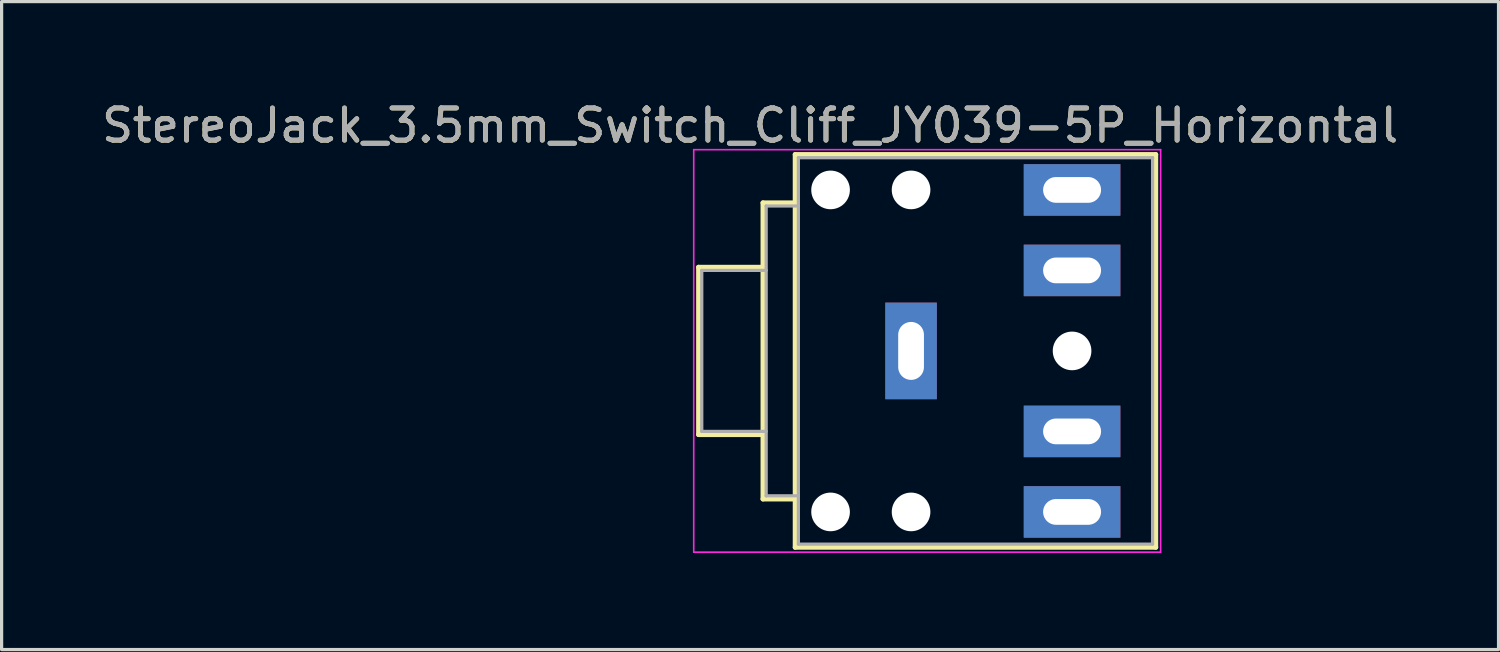
<source format=kicad_pcb>
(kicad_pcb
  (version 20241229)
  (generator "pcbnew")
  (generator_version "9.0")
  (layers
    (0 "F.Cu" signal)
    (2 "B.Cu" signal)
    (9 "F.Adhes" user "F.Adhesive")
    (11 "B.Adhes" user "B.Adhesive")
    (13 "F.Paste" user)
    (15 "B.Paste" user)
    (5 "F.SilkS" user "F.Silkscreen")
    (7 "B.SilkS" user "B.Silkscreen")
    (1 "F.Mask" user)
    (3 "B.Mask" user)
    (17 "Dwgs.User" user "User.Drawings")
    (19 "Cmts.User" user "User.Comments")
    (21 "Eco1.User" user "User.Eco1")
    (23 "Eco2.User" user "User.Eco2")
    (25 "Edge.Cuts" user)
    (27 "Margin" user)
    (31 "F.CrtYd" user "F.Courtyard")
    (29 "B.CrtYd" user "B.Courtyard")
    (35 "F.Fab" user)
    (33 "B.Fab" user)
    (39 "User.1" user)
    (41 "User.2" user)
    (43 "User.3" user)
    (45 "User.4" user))
  (footprint "StereoJack_3.5mm_Switch_Cliff_JY039-5P_Horizontal"
    (layer "F.Cu")
    (at 25.244 7.848)
    (property "Reference" "StereoJack_3.5mm_Switch_Cliff_JY039-5P_Horizontal" (at -5 -7 0) (layer "F.SilkS") (effects (font (size 1 1) (thickness 0.15))))
    (attr through_hole)
    (fp_line (start -6.6 -2.6) (end -6.6 2.6) (stroke (width 0.15) (type solid)) (layer "F.SilkS"))
    (fp_line (start -6.6 -2.6) (end -4.6 -2.6) (stroke (width 0.15) (type solid)) (layer "F.SilkS"))
    (fp_line (start -6.6 2.6) (end -4.6 2.6) (stroke (width 0.15) (type solid)) (layer "F.SilkS"))
    (fp_line (start -4.6 -4.6) (end -3.6 -4.6) (stroke (width 0.15) (type solid)) (layer "F.SilkS"))
    (fp_line (start -4.6 4.6) (end -4.6 -4.6) (stroke (width 0.15) (type solid)) (layer "F.SilkS"))
    (fp_line (start -4.6 4.6) (end -3.6 4.6) (stroke (width 0.15) (type solid)) (layer "F.SilkS"))
    (fp_line (start -3.6 -6.1) (end 7.6 -6.1) (stroke (width 0.15) (type solid)) (layer "F.SilkS"))
    (fp_line (start -3.6 6.1) (end -3.6 -6.1) (stroke (width 0.15) (type solid)) (layer "F.SilkS"))
    (fp_line (start -3.6 6.1) (end 7.6 6.1) (stroke (width 0.15) (type solid)) (layer "F.SilkS"))
    (fp_line (start 7.6 -6.1) (end 7.6 6.1) (stroke (width 0.15) (type solid)) (layer "F.SilkS"))
    (fp_line (start -6.75 6.25) (end -6.75 -6.25) (stroke (width 0.05) (type solid)) (layer "F.CrtYd"))
    (fp_line (start 7.75 -6.25) (end -6.75 -6.25) (stroke (width 0.05) (type solid)) (layer "F.CrtYd"))
    (fp_line (start 7.75 6.25) (end -6.75 6.25) (stroke (width 0.05) (type solid)) (layer "F.CrtYd"))
    (fp_line (start 7.75 6.25) (end 7.75 -6.25) (stroke (width 0.05) (type solid)) (layer "F.CrtYd"))
    (fp_line (start -6.5 -2.5) (end -6.5 2.5) (stroke (width 0.1) (type solid)) (layer "F.Fab"))
    (fp_line (start -6.5 -2.5) (end -4.5 -2.5) (stroke (width 0.1) (type solid)) (layer "F.Fab"))
    (fp_line (start -6.5 2.5) (end -4.5 2.5) (stroke (width 0.1) (type solid)) (layer "F.Fab"))
    (fp_line (start -4.5 -4.5) (end -3.5 -4.5) (stroke (width 0.1) (type solid)) (layer "F.Fab"))
    (fp_line (start -4.5 4.5) (end -4.5 -4.5) (stroke (width 0.1) (type solid)) (layer "F.Fab"))
    (fp_line (start -4.5 4.5) (end -3.5 4.5) (stroke (width 0.1) (type solid)) (layer "F.Fab"))
    (fp_line (start -3.5 -6) (end 7.5 -6) (stroke (width 0.1) (type solid)) (layer "F.Fab"))
    (fp_line (start -3.5 6) (end -3.5 -6) (stroke (width 0.1) (type solid)) (layer "F.Fab"))
    (fp_line (start -3.5 6) (end 7.5 6) (stroke (width 0.1) (type solid)) (layer "F.Fab"))
    (fp_line (start 7.5 -6) (end 7.5 6) (stroke (width 0.1) (type solid)) (layer "F.Fab"))
    (fp_text user "${REFERENCE}" (at -5 -7 0) (layer "F.Fab") (effects (font (size 1 1) (thickness 0.15))))
    (pad "" np_thru_hole circle (at -2.5 -5) (size 1.2 1.2) (drill 1.2) (layers "*.Cu" "*.Mask"))
    (pad "" np_thru_hole circle (at -2.5 5) (size 1.2 1.2) (drill 1.2) (layers "*.Cu" "*.Mask"))
    (pad "" np_thru_hole circle (at 0 -5) (size 1.2 1.2) (drill 1.2) (layers "*.Cu" "*.Mask"))
    (pad "" np_thru_hole circle (at 0 5) (size 1.2 1.2) (drill 1.2) (layers "*.Cu" "*.Mask"))
    (pad "" np_thru_hole circle (at 5 0) (size 1.2 1.2) (drill 1.2) (layers "*.Cu" "*.Mask"))
    (pad "1" thru_hole rect (at 0 0 90) (size 3 1.6) (drill oval 1.8 0.8) (layers "*.Cu" "*.Mask"))
    (pad "2" thru_hole rect (at 5 5) (size 3 1.6) (drill oval 1.8 0.8) (layers "*.Cu" "*.Mask"))
    (pad "3" thru_hole rect (at 5 2.5) (size 3 1.6) (drill oval 1.8 0.8) (layers "*.Cu" "*.Mask"))
    (pad "4" thru_hole rect (at 5 -2.5) (size 3 1.6) (drill oval 1.8 0.8) (layers "*.Cu" "*.Mask"))
    (pad "5" thru_hole rect (at 5 -5) (size 3 1.6) (drill oval 1.8 0.8) (layers "*.Cu" "*.Mask")))
  (gr_rect
    (start -3 -3)
    (end 43.488 17.123)
    (stroke (width 0.1) (type default))
    (fill no)
    (layer "Edge.Cuts")))
</source>
